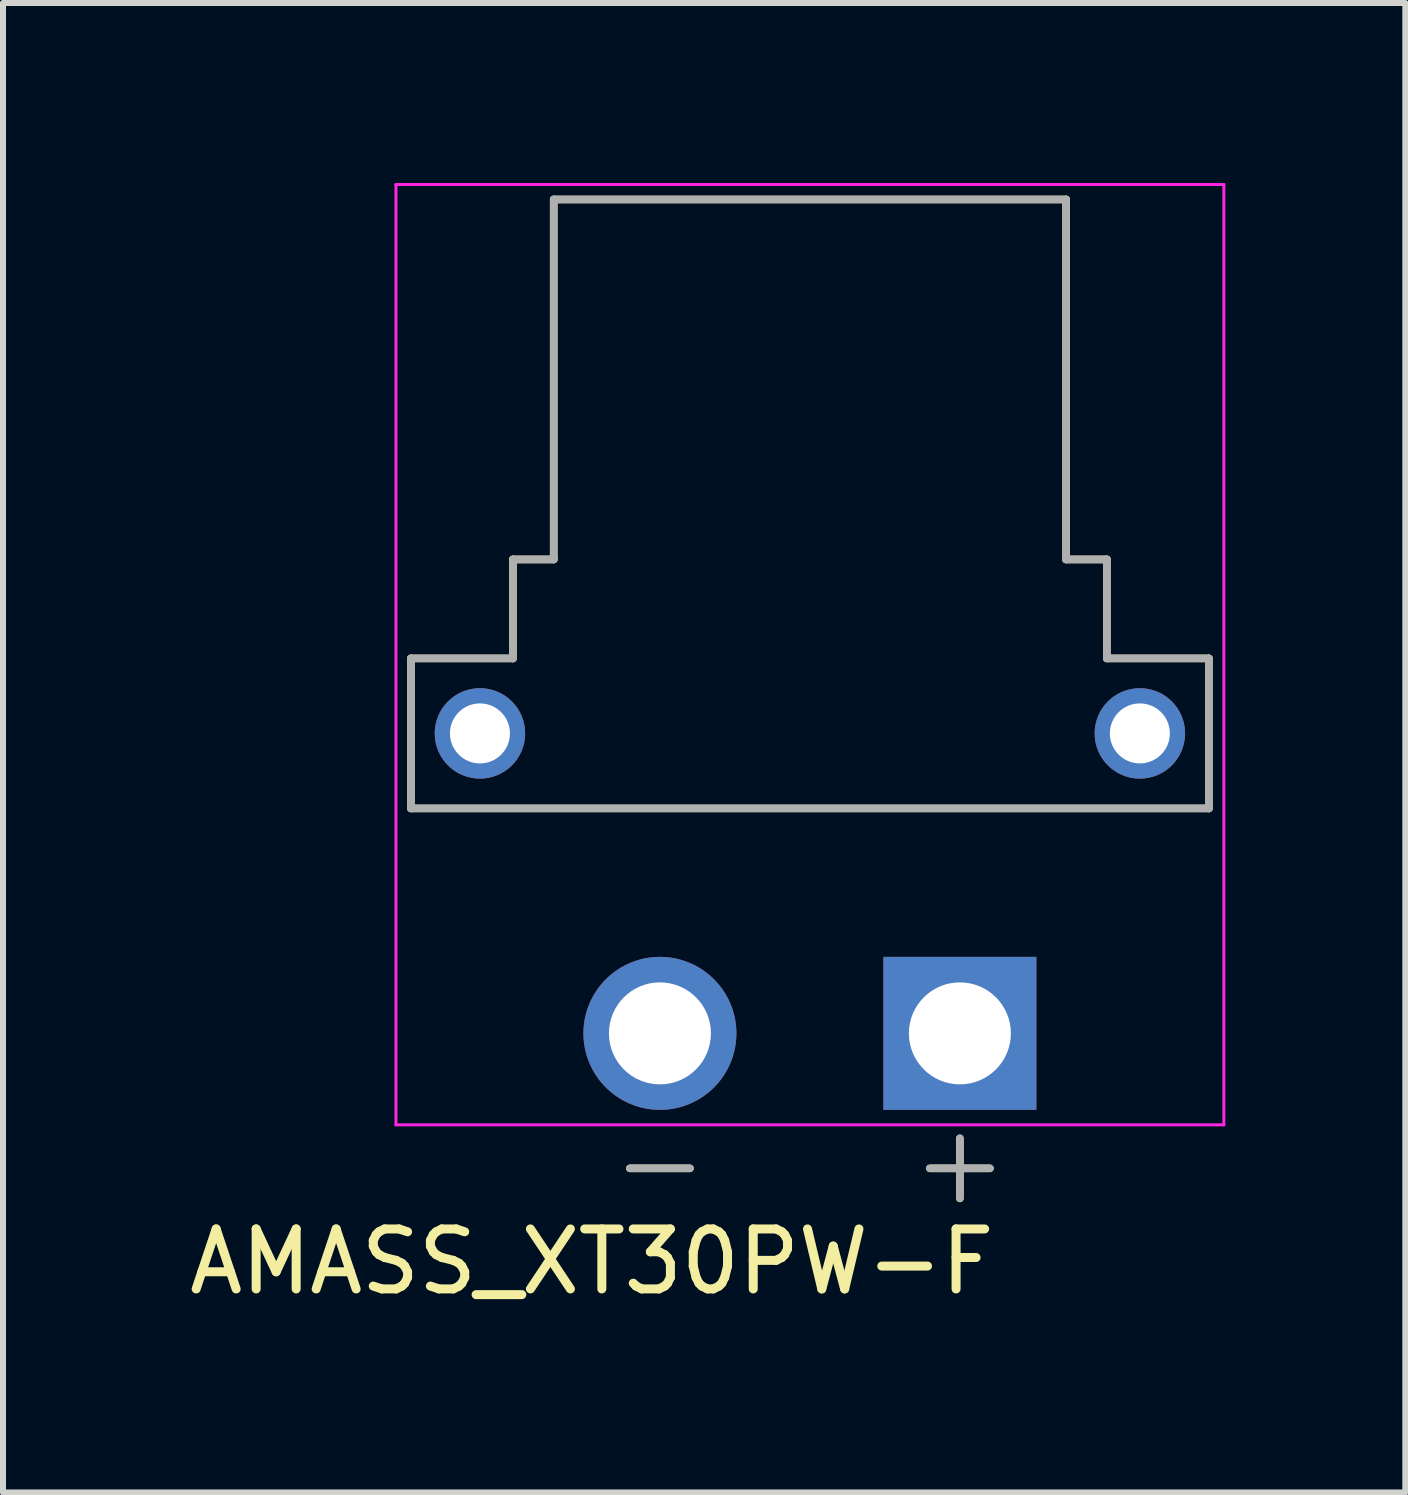
<source format=kicad_pcb>
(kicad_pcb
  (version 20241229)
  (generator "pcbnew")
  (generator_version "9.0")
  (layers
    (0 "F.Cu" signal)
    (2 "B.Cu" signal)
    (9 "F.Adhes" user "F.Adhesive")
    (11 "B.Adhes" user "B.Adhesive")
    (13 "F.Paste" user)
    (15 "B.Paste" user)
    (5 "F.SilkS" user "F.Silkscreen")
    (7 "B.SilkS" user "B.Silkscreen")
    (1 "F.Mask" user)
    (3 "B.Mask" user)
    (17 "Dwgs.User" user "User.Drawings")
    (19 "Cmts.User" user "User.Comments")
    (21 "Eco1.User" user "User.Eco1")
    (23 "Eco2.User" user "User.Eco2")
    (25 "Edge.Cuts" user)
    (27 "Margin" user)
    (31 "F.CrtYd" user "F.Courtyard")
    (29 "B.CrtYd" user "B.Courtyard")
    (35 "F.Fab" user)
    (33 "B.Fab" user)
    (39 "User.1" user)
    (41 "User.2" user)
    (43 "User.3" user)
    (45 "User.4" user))
  (footprint "AMASS_XT30PW-F"
    (layer "F.Cu")
    (at 10.45 9.175)
    (property "Reference" "AMASS_XT30PW-F" (at -3.635 8.805 0) (layer "F.SilkS") (effects (font (size 1 1) (thickness 0.15))))
    (property "Datasheet" "" (at 0 0 0) (layer "F.Fab") (effects (font (size 1.27 1.27) (thickness 0.15))))
    (attr through_hole)
    (fp_line (start -6.65 -1.25) (end -4.95 -1.25) (stroke (width 0.127) (type solid)) (layer "F.SilkS"))
    (fp_line (start -6.65 1.25) (end -6.65 -1.25) (stroke (width 0.127) (type solid)) (layer "F.SilkS"))
    (fp_line (start -4.95 -2.9) (end -4.27 -2.9) (stroke (width 0.127) (type solid)) (layer "F.SilkS"))
    (fp_line (start -4.95 -1.25) (end -4.95 -2.9) (stroke (width 0.127) (type solid)) (layer "F.SilkS"))
    (fp_line (start -4.27 -8.9) (end 4.27 -8.9) (stroke (width 0.127) (type solid)) (layer "F.SilkS"))
    (fp_line (start -4.27 -2.9) (end -4.27 -8.9) (stroke (width 0.127) (type solid)) (layer "F.SilkS"))
    (fp_line (start -3 7.25) (end -2 7.25) (stroke (width 0.127) (type solid)) (layer "F.SilkS"))
    (fp_line (start 2 7.25) (end 3 7.25) (stroke (width 0.127) (type solid)) (layer "F.SilkS"))
    (fp_line (start 2.5 6.75) (end 2.5 7.75) (stroke (width 0.127) (type solid)) (layer "F.SilkS"))
    (fp_line (start 4.27 -2.9) (end 4.27 -8.9) (stroke (width 0.127) (type solid)) (layer "F.SilkS"))
    (fp_line (start 4.95 -2.9) (end 4.27 -2.9) (stroke (width 0.127) (type solid)) (layer "F.SilkS"))
    (fp_line (start 4.95 -1.25) (end 4.95 -2.9) (stroke (width 0.127) (type solid)) (layer "F.SilkS"))
    (fp_line (start 6.65 -1.25) (end 4.95 -1.25) (stroke (width 0.127) (type solid)) (layer "F.SilkS"))
    (fp_line (start 6.65 1.25) (end -6.65 1.25) (stroke (width 0.127) (type solid)) (layer "F.SilkS"))
    (fp_line (start 6.65 1.25) (end 6.65 -1.25) (stroke (width 0.127) (type solid)) (layer "F.SilkS"))
    (fp_line (start -6.9 -9.15) (end 6.9 -9.15) (stroke (width 0.05) (type solid)) (layer "F.CrtYd"))
    (fp_line (start -6.9 6.525) (end -6.9 -9.15) (stroke (width 0.05) (type solid)) (layer "F.CrtYd"))
    (fp_line (start 6.9 -9.15) (end 6.9 6.525) (stroke (width 0.05) (type solid)) (layer "F.CrtYd"))
    (fp_line (start 6.9 6.525) (end -6.9 6.525) (stroke (width 0.05) (type solid)) (layer "F.CrtYd"))
    (fp_line (start -6.65 -1.25) (end -4.95 -1.25) (stroke (width 0.127) (type solid)) (layer "F.Fab"))
    (fp_line (start -6.65 1.25) (end -6.65 -1.25) (stroke (width 0.127) (type solid)) (layer "F.Fab"))
    (fp_line (start -4.95 -2.9) (end -4.27 -2.9) (stroke (width 0.127) (type solid)) (layer "F.Fab"))
    (fp_line (start -4.95 -1.25) (end -4.95 -2.9) (stroke (width 0.127) (type solid)) (layer "F.Fab"))
    (fp_line (start -4.27 -8.9) (end 4.27 -8.9) (stroke (width 0.127) (type solid)) (layer "F.Fab"))
    (fp_line (start -4.27 -2.9) (end -4.27 -8.9) (stroke (width 0.127) (type solid)) (layer "F.Fab"))
    (fp_line (start -3 7.25) (end -2 7.25) (stroke (width 0.127) (type solid)) (layer "F.Fab"))
    (fp_line (start 2 7.25) (end 3 7.25) (stroke (width 0.127) (type solid)) (layer "F.Fab"))
    (fp_line (start 2.5 6.75) (end 2.5 7.75) (stroke (width 0.127) (type solid)) (layer "F.Fab"))
    (fp_line (start 4.27 -2.9) (end 4.27 -8.9) (stroke (width 0.127) (type solid)) (layer "F.Fab"))
    (fp_line (start 4.95 -2.9) (end 4.27 -2.9) (stroke (width 0.127) (type solid)) (layer "F.Fab"))
    (fp_line (start 4.95 -1.25) (end 4.95 -2.9) (stroke (width 0.127) (type solid)) (layer "F.Fab"))
    (fp_line (start 6.65 -1.25) (end 4.95 -1.25) (stroke (width 0.127) (type solid)) (layer "F.Fab"))
    (fp_line (start 6.65 1.25) (end -6.65 1.25) (stroke (width 0.127) (type solid)) (layer "F.Fab"))
    (fp_line (start 6.65 1.25) (end 6.65 -1.25) (stroke (width 0.127) (type solid)) (layer "F.Fab"))
    (pad "N" thru_hole circle (at -2.5 5) (size 2.55 2.55) (drill 1.7) (layers "*.Cu" "*.Mask"))
    (pad "P" thru_hole rect (at 2.5 5) (size 2.55 2.55) (drill 1.7) (layers "*.Cu" "*.Mask"))
    (pad "S1" thru_hole circle (at 5.5 0) (size 1.508 1.508) (drill 1) (layers "*.Cu" "*.Mask"))
    (pad "S2" thru_hole circle (at -5.5 0) (size 1.508 1.508) (drill 1) (layers "*.Cu" "*.Mask")))
  (gr_rect
    (start -3 -3)
    (end 20.375 21.828)
    (stroke (width 0.1) (type default))
    (fill no)
    (layer "Edge.Cuts")))
</source>
